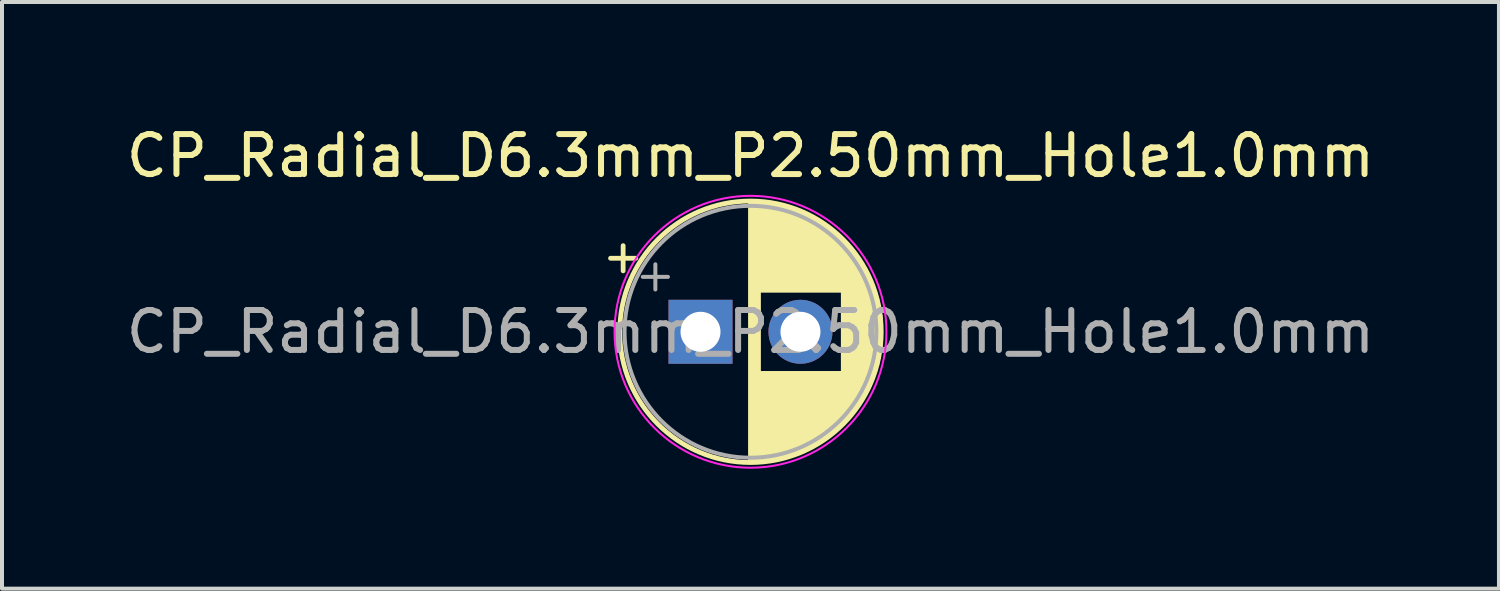
<source format=kicad_pcb>
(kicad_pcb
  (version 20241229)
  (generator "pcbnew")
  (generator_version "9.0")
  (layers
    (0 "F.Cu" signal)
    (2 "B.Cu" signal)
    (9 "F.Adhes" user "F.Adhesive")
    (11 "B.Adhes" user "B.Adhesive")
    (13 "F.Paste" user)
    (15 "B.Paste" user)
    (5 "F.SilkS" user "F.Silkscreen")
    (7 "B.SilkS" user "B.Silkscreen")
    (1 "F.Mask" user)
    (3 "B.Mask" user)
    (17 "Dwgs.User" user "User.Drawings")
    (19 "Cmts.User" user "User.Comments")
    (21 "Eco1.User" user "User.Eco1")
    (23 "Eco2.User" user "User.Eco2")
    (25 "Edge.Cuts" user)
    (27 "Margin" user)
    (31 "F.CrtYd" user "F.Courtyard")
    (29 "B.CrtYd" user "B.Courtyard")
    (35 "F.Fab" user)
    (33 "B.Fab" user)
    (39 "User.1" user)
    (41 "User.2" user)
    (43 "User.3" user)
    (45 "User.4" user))
  (footprint "CP_Radial_D6.3mm_P2.50mm_Hole1.0mm"
    (layer "F.Cu")
    (at 14.47 5.248)
    (property "Reference" "CP_Radial_D6.3mm_P2.50mm_Hole1.0mm" (at 1.25 -4.4 0) (layer "F.SilkS") (effects (font (size 1 1) (thickness 0.15))))
    (attr through_hole)
    (fp_line (start -2.25 -1.839) (end -1.62 -1.839) (stroke (width 0.12) (type solid)) (layer "F.SilkS"))
    (fp_line (start -1.935 -2.154) (end -1.935 -1.524) (stroke (width 0.12) (type solid)) (layer "F.SilkS"))
    (fp_line (start 1.25 -3.23) (end 1.25 3.23) (stroke (width 0.12) (type solid)) (layer "F.SilkS"))
    (fp_line (start 1.29 -3.23) (end 1.29 3.23) (stroke (width 0.12) (type solid)) (layer "F.SilkS"))
    (fp_line (start 1.33 -3.23) (end 1.33 3.23) (stroke (width 0.12) (type solid)) (layer "F.SilkS"))
    (fp_line (start 1.37 -3.228) (end 1.37 3.228) (stroke (width 0.12) (type solid)) (layer "F.SilkS"))
    (fp_line (start 1.41 -3.227) (end 1.41 3.227) (stroke (width 0.12) (type solid)) (layer "F.SilkS"))
    (fp_line (start 1.45 -3.224) (end 1.45 3.224) (stroke (width 0.12) (type solid)) (layer "F.SilkS"))
    (fp_line (start 1.49 -3.222) (end 1.49 -1.04) (stroke (width 0.12) (type solid)) (layer "F.SilkS"))
    (fp_line (start 1.49 1.04) (end 1.49 3.222) (stroke (width 0.12) (type solid)) (layer "F.SilkS"))
    (fp_line (start 1.53 -3.218) (end 1.53 -1.04) (stroke (width 0.12) (type solid)) (layer "F.SilkS"))
    (fp_line (start 1.53 1.04) (end 1.53 3.218) (stroke (width 0.12) (type solid)) (layer "F.SilkS"))
    (fp_line (start 1.57 -3.215) (end 1.57 -1.04) (stroke (width 0.12) (type solid)) (layer "F.SilkS"))
    (fp_line (start 1.57 1.04) (end 1.57 3.215) (stroke (width 0.12) (type solid)) (layer "F.SilkS"))
    (fp_line (start 1.61 -3.211) (end 1.61 -1.04) (stroke (width 0.12) (type solid)) (layer "F.SilkS"))
    (fp_line (start 1.61 1.04) (end 1.61 3.211) (stroke (width 0.12) (type solid)) (layer "F.SilkS"))
    (fp_line (start 1.65 -3.206) (end 1.65 -1.04) (stroke (width 0.12) (type solid)) (layer "F.SilkS"))
    (fp_line (start 1.65 1.04) (end 1.65 3.206) (stroke (width 0.12) (type solid)) (layer "F.SilkS"))
    (fp_line (start 1.69 -3.201) (end 1.69 -1.04) (stroke (width 0.12) (type solid)) (layer "F.SilkS"))
    (fp_line (start 1.69 1.04) (end 1.69 3.201) (stroke (width 0.12) (type solid)) (layer "F.SilkS"))
    (fp_line (start 1.73 -3.195) (end 1.73 -1.04) (stroke (width 0.12) (type solid)) (layer "F.SilkS"))
    (fp_line (start 1.73 1.04) (end 1.73 3.195) (stroke (width 0.12) (type solid)) (layer "F.SilkS"))
    (fp_line (start 1.77 -3.189) (end 1.77 -1.04) (stroke (width 0.12) (type solid)) (layer "F.SilkS"))
    (fp_line (start 1.77 1.04) (end 1.77 3.189) (stroke (width 0.12) (type solid)) (layer "F.SilkS"))
    (fp_line (start 1.81 -3.182) (end 1.81 -1.04) (stroke (width 0.12) (type solid)) (layer "F.SilkS"))
    (fp_line (start 1.81 1.04) (end 1.81 3.182) (stroke (width 0.12) (type solid)) (layer "F.SilkS"))
    (fp_line (start 1.85 -3.175) (end 1.85 -1.04) (stroke (width 0.12) (type solid)) (layer "F.SilkS"))
    (fp_line (start 1.85 1.04) (end 1.85 3.175) (stroke (width 0.12) (type solid)) (layer "F.SilkS"))
    (fp_line (start 1.89 -3.167) (end 1.89 -1.04) (stroke (width 0.12) (type solid)) (layer "F.SilkS"))
    (fp_line (start 1.89 1.04) (end 1.89 3.167) (stroke (width 0.12) (type solid)) (layer "F.SilkS"))
    (fp_line (start 1.93 -3.159) (end 1.93 -1.04) (stroke (width 0.12) (type solid)) (layer "F.SilkS"))
    (fp_line (start 1.93 1.04) (end 1.93 3.159) (stroke (width 0.12) (type solid)) (layer "F.SilkS"))
    (fp_line (start 1.971 -3.15) (end 1.971 -1.04) (stroke (width 0.12) (type solid)) (layer "F.SilkS"))
    (fp_line (start 1.971 1.04) (end 1.971 3.15) (stroke (width 0.12) (type solid)) (layer "F.SilkS"))
    (fp_line (start 2.011 -3.141) (end 2.011 -1.04) (stroke (width 0.12) (type solid)) (layer "F.SilkS"))
    (fp_line (start 2.011 1.04) (end 2.011 3.141) (stroke (width 0.12) (type solid)) (layer "F.SilkS"))
    (fp_line (start 2.051 -3.131) (end 2.051 -1.04) (stroke (width 0.12) (type solid)) (layer "F.SilkS"))
    (fp_line (start 2.051 1.04) (end 2.051 3.131) (stroke (width 0.12) (type solid)) (layer "F.SilkS"))
    (fp_line (start 2.091 -3.121) (end 2.091 -1.04) (stroke (width 0.12) (type solid)) (layer "F.SilkS"))
    (fp_line (start 2.091 1.04) (end 2.091 3.121) (stroke (width 0.12) (type solid)) (layer "F.SilkS"))
    (fp_line (start 2.131 -3.11) (end 2.131 -1.04) (stroke (width 0.12) (type solid)) (layer "F.SilkS"))
    (fp_line (start 2.131 1.04) (end 2.131 3.11) (stroke (width 0.12) (type solid)) (layer "F.SilkS"))
    (fp_line (start 2.171 -3.098) (end 2.171 -1.04) (stroke (width 0.12) (type solid)) (layer "F.SilkS"))
    (fp_line (start 2.171 1.04) (end 2.171 3.098) (stroke (width 0.12) (type solid)) (layer "F.SilkS"))
    (fp_line (start 2.211 -3.086) (end 2.211 -1.04) (stroke (width 0.12) (type solid)) (layer "F.SilkS"))
    (fp_line (start 2.211 1.04) (end 2.211 3.086) (stroke (width 0.12) (type solid)) (layer "F.SilkS"))
    (fp_line (start 2.251 -3.074) (end 2.251 -1.04) (stroke (width 0.12) (type solid)) (layer "F.SilkS"))
    (fp_line (start 2.251 1.04) (end 2.251 3.074) (stroke (width 0.12) (type solid)) (layer "F.SilkS"))
    (fp_line (start 2.291 -3.061) (end 2.291 -1.04) (stroke (width 0.12) (type solid)) (layer "F.SilkS"))
    (fp_line (start 2.291 1.04) (end 2.291 3.061) (stroke (width 0.12) (type solid)) (layer "F.SilkS"))
    (fp_line (start 2.331 -3.047) (end 2.331 -1.04) (stroke (width 0.12) (type solid)) (layer "F.SilkS"))
    (fp_line (start 2.331 1.04) (end 2.331 3.047) (stroke (width 0.12) (type solid)) (layer "F.SilkS"))
    (fp_line (start 2.371 -3.033) (end 2.371 -1.04) (stroke (width 0.12) (type solid)) (layer "F.SilkS"))
    (fp_line (start 2.371 1.04) (end 2.371 3.033) (stroke (width 0.12) (type solid)) (layer "F.SilkS"))
    (fp_line (start 2.411 -3.018) (end 2.411 -1.04) (stroke (width 0.12) (type solid)) (layer "F.SilkS"))
    (fp_line (start 2.411 1.04) (end 2.411 3.018) (stroke (width 0.12) (type solid)) (layer "F.SilkS"))
    (fp_line (start 2.451 -3.002) (end 2.451 -1.04) (stroke (width 0.12) (type solid)) (layer "F.SilkS"))
    (fp_line (start 2.451 1.04) (end 2.451 3.002) (stroke (width 0.12) (type solid)) (layer "F.SilkS"))
    (fp_line (start 2.491 -2.986) (end 2.491 -1.04) (stroke (width 0.12) (type solid)) (layer "F.SilkS"))
    (fp_line (start 2.491 1.04) (end 2.491 2.986) (stroke (width 0.12) (type solid)) (layer "F.SilkS"))
    (fp_line (start 2.531 -2.97) (end 2.531 -1.04) (stroke (width 0.12) (type solid)) (layer "F.SilkS"))
    (fp_line (start 2.531 1.04) (end 2.531 2.97) (stroke (width 0.12) (type solid)) (layer "F.SilkS"))
    (fp_line (start 2.571 -2.952) (end 2.571 -1.04) (stroke (width 0.12) (type solid)) (layer "F.SilkS"))
    (fp_line (start 2.571 1.04) (end 2.571 2.952) (stroke (width 0.12) (type solid)) (layer "F.SilkS"))
    (fp_line (start 2.611 -2.934) (end 2.611 -1.04) (stroke (width 0.12) (type solid)) (layer "F.SilkS"))
    (fp_line (start 2.611 1.04) (end 2.611 2.934) (stroke (width 0.12) (type solid)) (layer "F.SilkS"))
    (fp_line (start 2.651 -2.916) (end 2.651 -1.04) (stroke (width 0.12) (type solid)) (layer "F.SilkS"))
    (fp_line (start 2.651 1.04) (end 2.651 2.916) (stroke (width 0.12) (type solid)) (layer "F.SilkS"))
    (fp_line (start 2.691 -2.896) (end 2.691 -1.04) (stroke (width 0.12) (type solid)) (layer "F.SilkS"))
    (fp_line (start 2.691 1.04) (end 2.691 2.896) (stroke (width 0.12) (type solid)) (layer "F.SilkS"))
    (fp_line (start 2.731 -2.876) (end 2.731 -1.04) (stroke (width 0.12) (type solid)) (layer "F.SilkS"))
    (fp_line (start 2.731 1.04) (end 2.731 2.876) (stroke (width 0.12) (type solid)) (layer "F.SilkS"))
    (fp_line (start 2.771 -2.856) (end 2.771 -1.04) (stroke (width 0.12) (type solid)) (layer "F.SilkS"))
    (fp_line (start 2.771 1.04) (end 2.771 2.856) (stroke (width 0.12) (type solid)) (layer "F.SilkS"))
    (fp_line (start 2.811 -2.834) (end 2.811 -1.04) (stroke (width 0.12) (type solid)) (layer "F.SilkS"))
    (fp_line (start 2.811 1.04) (end 2.811 2.834) (stroke (width 0.12) (type solid)) (layer "F.SilkS"))
    (fp_line (start 2.851 -2.812) (end 2.851 -1.04) (stroke (width 0.12) (type solid)) (layer "F.SilkS"))
    (fp_line (start 2.851 1.04) (end 2.851 2.812) (stroke (width 0.12) (type solid)) (layer "F.SilkS"))
    (fp_line (start 2.891 -2.79) (end 2.891 -1.04) (stroke (width 0.12) (type solid)) (layer "F.SilkS"))
    (fp_line (start 2.891 1.04) (end 2.891 2.79) (stroke (width 0.12) (type solid)) (layer "F.SilkS"))
    (fp_line (start 2.931 -2.766) (end 2.931 -1.04) (stroke (width 0.12) (type solid)) (layer "F.SilkS"))
    (fp_line (start 2.931 1.04) (end 2.931 2.766) (stroke (width 0.12) (type solid)) (layer "F.SilkS"))
    (fp_line (start 2.971 -2.742) (end 2.971 -1.04) (stroke (width 0.12) (type solid)) (layer "F.SilkS"))
    (fp_line (start 2.971 1.04) (end 2.971 2.742) (stroke (width 0.12) (type solid)) (layer "F.SilkS"))
    (fp_line (start 3.011 -2.716) (end 3.011 -1.04) (stroke (width 0.12) (type solid)) (layer "F.SilkS"))
    (fp_line (start 3.011 1.04) (end 3.011 2.716) (stroke (width 0.12) (type solid)) (layer "F.SilkS"))
    (fp_line (start 3.051 -2.69) (end 3.051 -1.04) (stroke (width 0.12) (type solid)) (layer "F.SilkS"))
    (fp_line (start 3.051 1.04) (end 3.051 2.69) (stroke (width 0.12) (type solid)) (layer "F.SilkS"))
    (fp_line (start 3.091 -2.664) (end 3.091 -1.04) (stroke (width 0.12) (type solid)) (layer "F.SilkS"))
    (fp_line (start 3.091 1.04) (end 3.091 2.664) (stroke (width 0.12) (type solid)) (layer "F.SilkS"))
    (fp_line (start 3.131 -2.636) (end 3.131 -1.04) (stroke (width 0.12) (type solid)) (layer "F.SilkS"))
    (fp_line (start 3.131 1.04) (end 3.131 2.636) (stroke (width 0.12) (type solid)) (layer "F.SilkS"))
    (fp_line (start 3.171 -2.607) (end 3.171 -1.04) (stroke (width 0.12) (type solid)) (layer "F.SilkS"))
    (fp_line (start 3.171 1.04) (end 3.171 2.607) (stroke (width 0.12) (type solid)) (layer "F.SilkS"))
    (fp_line (start 3.211 -2.578) (end 3.211 -1.04) (stroke (width 0.12) (type solid)) (layer "F.SilkS"))
    (fp_line (start 3.211 1.04) (end 3.211 2.578) (stroke (width 0.12) (type solid)) (layer "F.SilkS"))
    (fp_line (start 3.251 -2.548) (end 3.251 -1.04) (stroke (width 0.12) (type solid)) (layer "F.SilkS"))
    (fp_line (start 3.251 1.04) (end 3.251 2.548) (stroke (width 0.12) (type solid)) (layer "F.SilkS"))
    (fp_line (start 3.291 -2.516) (end 3.291 -1.04) (stroke (width 0.12) (type solid)) (layer "F.SilkS"))
    (fp_line (start 3.291 1.04) (end 3.291 2.516) (stroke (width 0.12) (type solid)) (layer "F.SilkS"))
    (fp_line (start 3.331 -2.484) (end 3.331 -1.04) (stroke (width 0.12) (type solid)) (layer "F.SilkS"))
    (fp_line (start 3.331 1.04) (end 3.331 2.484) (stroke (width 0.12) (type solid)) (layer "F.SilkS"))
    (fp_line (start 3.371 -2.45) (end 3.371 -1.04) (stroke (width 0.12) (type solid)) (layer "F.SilkS"))
    (fp_line (start 3.371 1.04) (end 3.371 2.45) (stroke (width 0.12) (type solid)) (layer "F.SilkS"))
    (fp_line (start 3.411 -2.416) (end 3.411 -1.04) (stroke (width 0.12) (type solid)) (layer "F.SilkS"))
    (fp_line (start 3.411 1.04) (end 3.411 2.416) (stroke (width 0.12) (type solid)) (layer "F.SilkS"))
    (fp_line (start 3.451 -2.38) (end 3.451 -1.04) (stroke (width 0.12) (type solid)) (layer "F.SilkS"))
    (fp_line (start 3.451 1.04) (end 3.451 2.38) (stroke (width 0.12) (type solid)) (layer "F.SilkS"))
    (fp_line (start 3.491 -2.343) (end 3.491 -1.04) (stroke (width 0.12) (type solid)) (layer "F.SilkS"))
    (fp_line (start 3.491 1.04) (end 3.491 2.343) (stroke (width 0.12) (type solid)) (layer "F.SilkS"))
    (fp_line (start 3.531 -2.305) (end 3.531 -1.04) (stroke (width 0.12) (type solid)) (layer "F.SilkS"))
    (fp_line (start 3.531 1.04) (end 3.531 2.305) (stroke (width 0.12) (type solid)) (layer "F.SilkS"))
    (fp_line (start 3.571 -2.265) (end 3.571 2.265) (stroke (width 0.12) (type solid)) (layer "F.SilkS"))
    (fp_line (start 3.611 -2.224) (end 3.611 2.224) (stroke (width 0.12) (type solid)) (layer "F.SilkS"))
    (fp_line (start 3.651 -2.182) (end 3.651 2.182) (stroke (width 0.12) (type solid)) (layer "F.SilkS"))
    (fp_line (start 3.691 -2.137) (end 3.691 2.137) (stroke (width 0.12) (type solid)) (layer "F.SilkS"))
    (fp_line (start 3.731 -2.092) (end 3.731 2.092) (stroke (width 0.12) (type solid)) (layer "F.SilkS"))
    (fp_line (start 3.771 -2.044) (end 3.771 2.044) (stroke (width 0.12) (type solid)) (layer "F.SilkS"))
    (fp_line (start 3.811 -1.995) (end 3.811 1.995) (stroke (width 0.12) (type solid)) (layer "F.SilkS"))
    (fp_line (start 3.851 -1.944) (end 3.851 1.944) (stroke (width 0.12) (type solid)) (layer "F.SilkS"))
    (fp_line (start 3.891 -1.89) (end 3.891 1.89) (stroke (width 0.12) (type solid)) (layer "F.SilkS"))
    (fp_line (start 3.931 -1.834) (end 3.931 1.834) (stroke (width 0.12) (type solid)) (layer "F.SilkS"))
    (fp_line (start 3.971 -1.776) (end 3.971 1.776) (stroke (width 0.12) (type solid)) (layer "F.SilkS"))
    (fp_line (start 4.011 -1.714) (end 4.011 1.714) (stroke (width 0.12) (type solid)) (layer "F.SilkS"))
    (fp_line (start 4.051 -1.65) (end 4.051 1.65) (stroke (width 0.12) (type solid)) (layer "F.SilkS"))
    (fp_line (start 4.091 -1.581) (end 4.091 1.581) (stroke (width 0.12) (type solid)) (layer "F.SilkS"))
    (fp_line (start 4.131 -1.509) (end 4.131 1.509) (stroke (width 0.12) (type solid)) (layer "F.SilkS"))
    (fp_line (start 4.171 -1.432) (end 4.171 1.432) (stroke (width 0.12) (type solid)) (layer "F.SilkS"))
    (fp_line (start 4.211 -1.35) (end 4.211 1.35) (stroke (width 0.12) (type solid)) (layer "F.SilkS"))
    (fp_line (start 4.251 -1.262) (end 4.251 1.262) (stroke (width 0.12) (type solid)) (layer "F.SilkS"))
    (fp_line (start 4.291 -1.165) (end 4.291 1.165) (stroke (width 0.12) (type solid)) (layer "F.SilkS"))
    (fp_line (start 4.331 -1.059) (end 4.331 1.059) (stroke (width 0.12) (type solid)) (layer "F.SilkS"))
    (fp_line (start 4.371 -0.94) (end 4.371 0.94) (stroke (width 0.12) (type solid)) (layer "F.SilkS"))
    (fp_line (start 4.411 -0.802) (end 4.411 0.802) (stroke (width 0.12) (type solid)) (layer "F.SilkS"))
    (fp_line (start 4.451 -0.633) (end 4.451 0.633) (stroke (width 0.12) (type solid)) (layer "F.SilkS"))
    (fp_line (start 4.491 -0.402) (end 4.491 0.402) (stroke (width 0.12) (type solid)) (layer "F.SilkS"))
    (fp_circle (center 1.25 0) (end 4.52 0) (stroke (width 0.12) (type solid)) (fill no) (layer "F.SilkS"))
    (fp_circle (center 1.25 0) (end 4.65 0) (stroke (width 0.05) (type solid)) (fill no) (layer "F.CrtYd"))
    (fp_line (start -1.444 -1.373) (end -0.814 -1.373) (stroke (width 0.1) (type solid)) (layer "F.Fab"))
    (fp_line (start -1.129 -1.688) (end -1.129 -1.058) (stroke (width 0.1) (type solid)) (layer "F.Fab"))
    (fp_circle (center 1.25 0) (end 4.4 0) (stroke (width 0.1) (type solid)) (fill no) (layer "F.Fab"))
    (fp_text user "${REFERENCE}" (at 1.25 0 0) (layer "F.Fab") (effects (font (size 1 1) (thickness 0.15))))
    (pad "1" thru_hole rect (at 0 0) (size 1.6 1.6) (drill 1) (layers "*.Cu" "*.Mask"))
    (pad "2" thru_hole circle (at 2.5 0) (size 1.6 1.6) (drill 1) (layers "*.Cu" "*.Mask")))
  (gr_rect
    (start -3 -3)
    (end 34.44 11.673)
    (stroke (width 0.1) (type default))
    (fill no)
    (layer "Edge.Cuts")))
</source>
